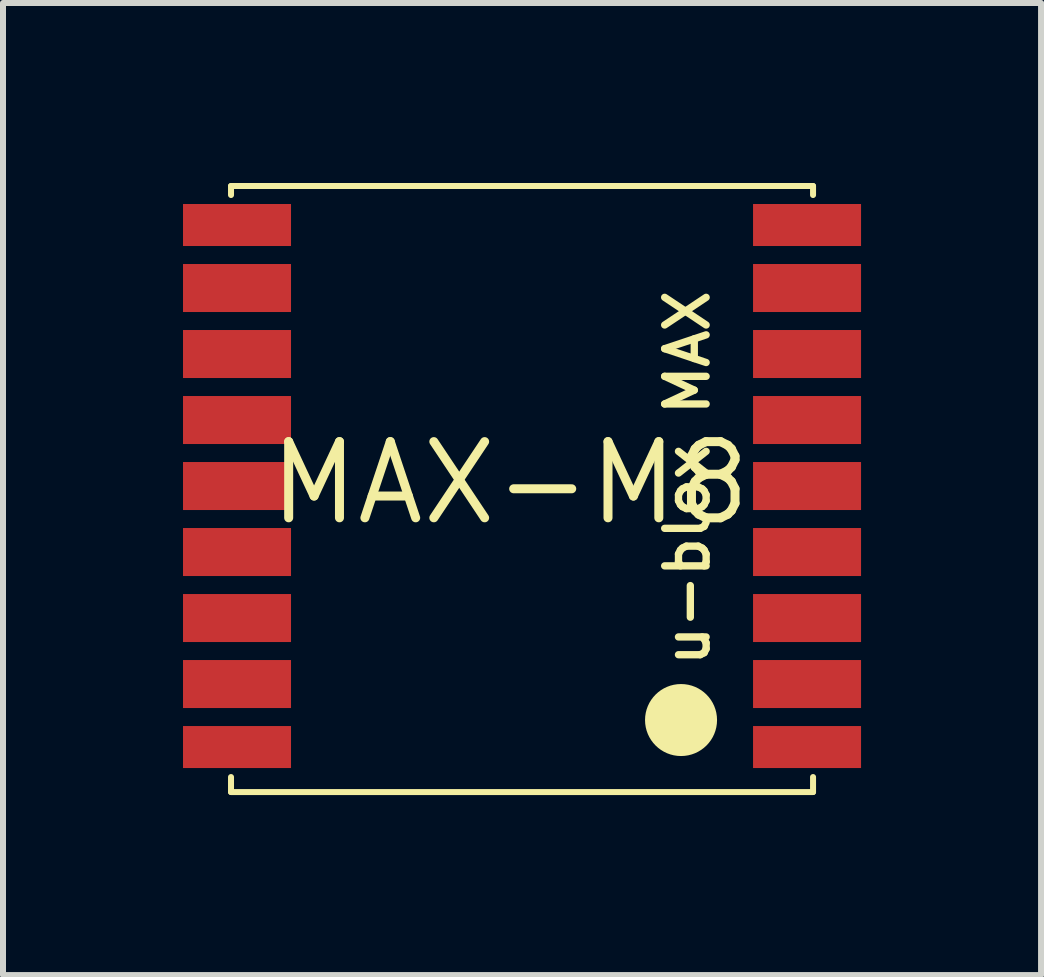
<source format=kicad_pcb>
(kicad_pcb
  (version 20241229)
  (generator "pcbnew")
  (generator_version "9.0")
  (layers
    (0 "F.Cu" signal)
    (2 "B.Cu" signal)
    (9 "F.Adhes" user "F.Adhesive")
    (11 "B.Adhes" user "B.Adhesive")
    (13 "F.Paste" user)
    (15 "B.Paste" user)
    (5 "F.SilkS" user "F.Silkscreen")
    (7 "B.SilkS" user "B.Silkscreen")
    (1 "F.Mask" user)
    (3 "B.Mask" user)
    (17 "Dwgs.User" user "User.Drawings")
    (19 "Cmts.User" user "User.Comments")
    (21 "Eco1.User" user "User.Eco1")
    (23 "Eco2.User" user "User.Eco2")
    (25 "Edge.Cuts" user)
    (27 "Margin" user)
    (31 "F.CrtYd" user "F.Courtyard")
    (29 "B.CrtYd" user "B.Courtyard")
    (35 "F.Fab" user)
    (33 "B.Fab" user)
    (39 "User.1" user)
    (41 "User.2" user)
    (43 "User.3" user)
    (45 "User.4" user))
  (footprint "MAX-M8"
    (layer "F.Cu")
    (at 5.45 5)
    (property "Reference" "MAX-M8" (at 0 0 0) (layer "F.SilkS") (effects (font (size 1.27 1.27) (thickness 0.15))))
    (fp_line (start -4.65 -4.95) (end -4.65 -4.8) (stroke (width 0.1) (type solid)) (layer "F.SilkS"))
    (fp_line (start -4.65 -4.95) (end 5.05 -4.95) (stroke (width 0.1) (type solid)) (layer "F.SilkS"))
    (fp_line (start -4.65 4.9) (end -4.65 5.15) (stroke (width 0.1) (type solid)) (layer "F.SilkS"))
    (fp_line (start -4.65 5.15) (end 5.05 5.15) (stroke (width 0.1) (type solid)) (layer "F.SilkS"))
    (fp_line (start 5.05 -4.95) (end 5.05 -4.8) (stroke (width 0.1) (type solid)) (layer "F.SilkS"))
    (fp_line (start 5.05 4.9) (end 5.05 5.15) (stroke (width 0.1) (type solid)) (layer "F.SilkS"))
    (fp_circle (center 2.85 3.95) (end 3.15 3.95) (stroke (width 0.6) (type solid)) (fill yes) (layer "F.SilkS"))
    (fp_text user "u-blox MAX" (at 3.359 3.106 90) (layer "F.SilkS") (effects (font (size 0.691 0.691) (thickness 0.122)) (justify left bottom)))
    (pad "1_GND" smd rect (at 4.95 4.4) (size 1.8 0.7) (layers "F.Cu" "F.Mask" "F.Paste"))
    (pad "2_TXD" smd rect (at 4.95 3.35) (size 1.8 0.8) (layers "F.Cu" "F.Mask" "F.Paste"))
    (pad "3_RXD" smd rect (at 4.95 2.25) (size 1.8 0.8) (layers "F.Cu" "F.Mask" "F.Paste"))
    (pad "4_TIMEPULSE" smd rect (at 4.95 1.15) (size 1.8 0.8) (layers "F.Cu" "F.Mask" "F.Paste"))
    (pad "5_EXTINT" smd rect (at 4.95 0.05) (size 1.8 0.8) (layers "F.Cu" "F.Mask" "F.Paste"))
    (pad "6_V_BCKP" smd rect (at 4.95 -1.05) (size 1.8 0.8) (layers "F.Cu" "F.Mask" "F.Paste"))
    (pad "7_VCC_IO" smd rect (at 4.95 -2.15) (size 1.8 0.8) (layers "F.Cu" "F.Mask" "F.Paste"))
    (pad "8_VCC" smd rect (at 4.95 -3.25) (size 1.8 0.8) (layers "F.Cu" "F.Mask" "F.Paste"))
    (pad "9_RESET_N" smd rect (at 4.95 -4.3) (size 1.8 0.7) (layers "F.Cu" "F.Mask" "F.Paste"))
    (pad "10_GND" smd rect (at -4.55 -4.3) (size 1.8 0.7) (layers "F.Cu" "F.Mask" "F.Paste"))
    (pad "11_RF_IN" smd rect (at -4.55 -3.25) (size 1.8 0.8) (layers "F.Cu" "F.Mask" "F.Paste"))
    (pad "12_GND" smd rect (at -4.55 -2.15) (size 1.8 0.8) (layers "F.Cu" "F.Mask" "F.Paste"))
    (pad "13_LNA_EN" smd rect (at -4.55 -1.05) (size 1.8 0.8) (layers "F.Cu" "F.Mask" "F.Paste"))
    (pad "14_VCC_RF" smd rect (at -4.55 0.05) (size 1.8 0.8) (layers "F.Cu" "F.Mask" "F.Paste"))
    (pad "15_V_ANT/RESERVED" smd rect (at -4.55 1.15) (size 1.8 0.8) (layers "F.Cu" "F.Mask" "F.Paste"))
    (pad "16_SDA" smd rect (at -4.55 2.25) (size 1.8 0.8) (layers "F.Cu" "F.Mask" "F.Paste"))
    (pad "17_SCL" smd rect (at -4.55 3.35) (size 1.8 0.8) (layers "F.Cu" "F.Mask" "F.Paste"))
    (pad "18_SAFEBOOT_N" smd rect (at -4.55 4.4) (size 1.8 0.7) (layers "F.Cu" "F.Mask" "F.Paste")))
  (gr_rect
    (start -3 -3)
    (end 14.3 13.2)
    (stroke (width 0.1) (type default))
    (fill no)
    (layer "Edge.Cuts")))
</source>
